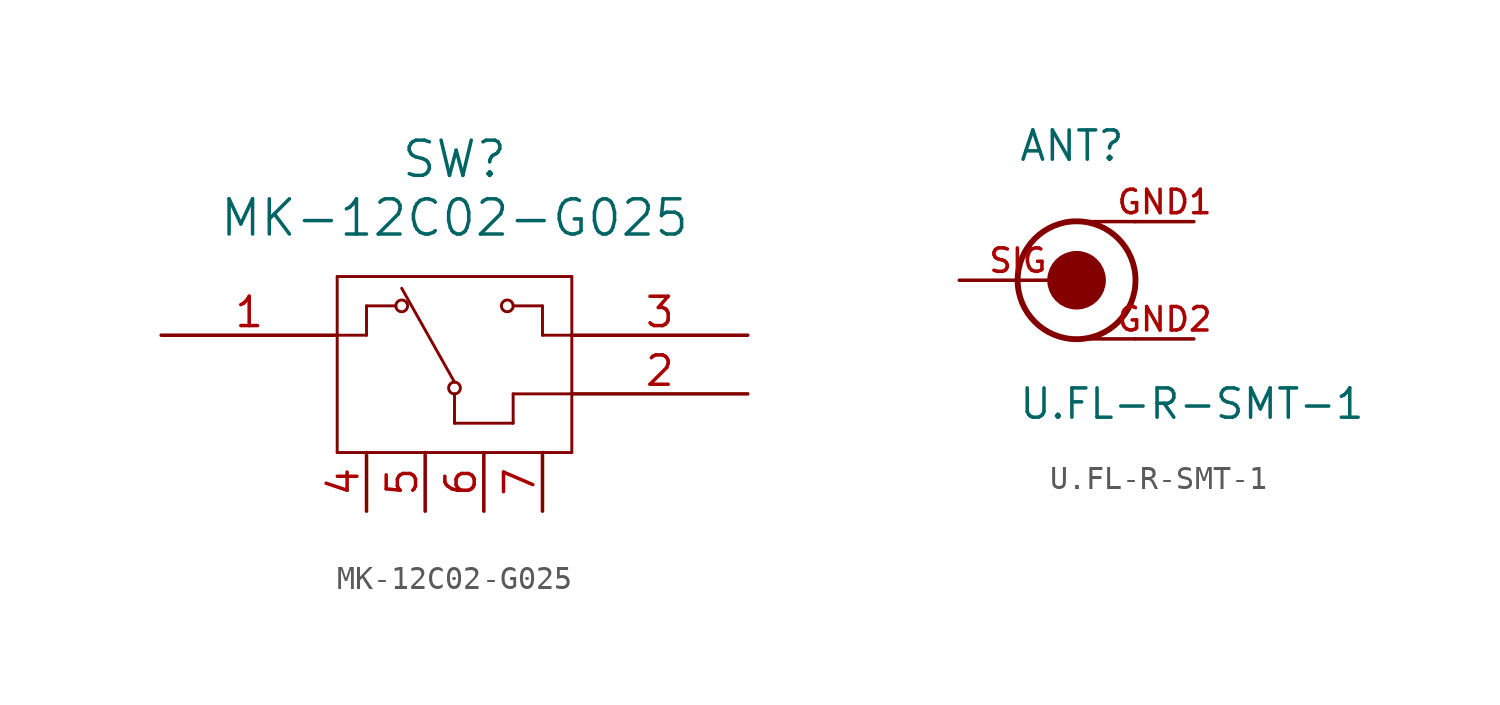
<source format=kicad_sym>
(kicad_symbol_lib
  (version 20220914)
  (generator kicad_symbol_editor)
  (symbol "MK-12C02-G025"
    (pin_names
      (offset 0.254))
    (property "Reference" "SW"
      (at 12.7 7.62 0)
      (effects (font (size 1.524 1.524))))
    (property "Value" "MK-12C02-G025"
      (at 12.7 5.08 0)
      (effects (font (size 1.524 1.524))))
    (symbol "MK-12C02-G025_0_1"
      (polyline (pts (xy 7.62 -5.08) (xy 17.78 -5.08)) (stroke (width 0.127) (type default)) (fill (type none)))
      (polyline (pts (xy 7.62 0) (xy 8.89 0)) (stroke (width 0.127) (type default)) (fill (type none)))
      (polyline (pts (xy 7.62 2.54) (xy 7.62 -5.08)) (stroke (width 0.127) (type default)) (fill (type none)))
      (polyline (pts (xy 8.89 0) (xy 8.89 1.27)) (stroke (width 0.127) (type default)) (fill (type none)))
      (polyline (pts (xy 8.89 1.27) (xy 10.16 1.27)) (stroke (width 0.127) (type default)) (fill (type none)))
      (polyline (pts (xy 12.7 -3.81) (xy 12.7 -2.54)) (stroke (width 0.127) (type default)) (fill (type none)))
      (polyline (pts (xy 12.7 -2.032) (xy 10.414 2.032)) (stroke (width 0.127) (type default)) (fill (type none)))
      (polyline (pts (xy 15.24 -3.81) (xy 12.7 -3.81)) (stroke (width 0.127) (type default)) (fill (type none)))
      (polyline (pts (xy 15.24 -2.54) (xy 15.24 -3.81)) (stroke (width 0.127) (type default)) (fill (type none)))
      (polyline (pts (xy 15.24 1.27) (xy 16.51 1.27)) (stroke (width 0.127) (type default)) (fill (type none)))
      (polyline (pts (xy 16.51 0) (xy 17.78 0)) (stroke (width 0.127) (type default)) (fill (type none)))
      (polyline (pts (xy 16.51 1.27) (xy 16.51 0)) (stroke (width 0.127) (type default)) (fill (type none)))
      (polyline (pts (xy 17.78 -5.08) (xy 17.78 2.54)) (stroke (width 0.127) (type default)) (fill (type none)))
      (polyline (pts (xy 17.78 -2.54) (xy 15.24 -2.54)) (stroke (width 0.127) (type default)) (fill (type none)))
      (polyline (pts (xy 17.78 2.54) (xy 7.62 2.54)) (stroke (width 0.127) (type default)) (fill (type none)))
      (circle (center 10.414 1.27) (radius 0.254) (stroke (width 0.127) (type default)) (fill (type none)))
      (circle (center 12.7 -2.286) (radius 0.254) (stroke (width 0.127) (type default)) (fill (type none)))
      (circle (center 14.986 1.27) (radius 0.254) (stroke (width 0.127) (type default)) (fill (type none))))
    (symbol "MK-12C02-G025_1_0"
      (pin passive line (at 0 0 0) (length 7.62) (name "" (effects (font (size 1.27 1.27)))) (number "1" (effects (font (size 1.27 1.27)))))
      (pin passive line (at 25.4 -2.54 180) (length 7.62) (name "" (effects (font (size 1.27 1.27)))) (number "2" (effects (font (size 1.27 1.27)))))
      (pin passive line (at 8.89 -7.62 90) (length 2.54) (name "" (effects (font (size 1.27 1.27)))) (number "4" (effects (font (size 1.27 1.27)))))
      (pin passive line (at 11.43 -7.62 90) (length 2.54) (name "" (effects (font (size 1.27 1.27)))) (number "5" (effects (font (size 1.27 1.27)))))
      (pin passive line (at 13.97 -7.62 90) (length 2.54) (name "" (effects (font (size 1.27 1.27)))) (number "6" (effects (font (size 1.27 1.27)))))
      (pin passive line (at 16.51 -7.62 90) (length 2.54) (name "" (effects (font (size 1.27 1.27)))) (number "7" (effects (font (size 1.27 1.27))))))
    (symbol "MK-12C02-G025_1_1"
      (pin passive line (at 25.4 0 180) (length 7.62) (name "" (effects (font (size 1.27 1.27)))) (number "3" (effects (font (size 1.27 1.27)))))))
  (symbol "U.FL-R-SMT-1"
    (pin_names
      (offset 1.016))
    (property "Reference" "ANT"
      (at -2.54 5.08 0)
      (effects (font (size 1.27 1.27)) (justify left bottom)))
    (property "Value" "U.FL-R-SMT-1"
      (at -2.54 -6.096 0)
      (effects (font (size 1.27 1.27)) (justify left bottom)))
    (symbol "U.FL-R-SMT-1_0_0"
      (polyline (pts (xy 2.54 -2.54) (xy 0.254 -2.54)) (stroke (width 0.152) (type default)) (fill (type none)))
      (polyline (pts (xy 2.54 2.54) (xy 0.254 2.54)) (stroke (width 0.152) (type default)) (fill (type none)))
      (circle (center 0 0) (radius 0.635) (stroke (width 1.27) (type default)) (fill (type none)))
      (circle (center 0 0) (radius 2.553) (stroke (width 0.254) (type default)) (fill (type none)))
      (pin bidirectional line (at 5.08 2.54 180) (length 2.54) (name "~" (effects (font (size 1.016 1.016)))) (number "GND1" (effects (font (size 1.016 1.016)))))
      (pin bidirectional line (at 5.08 -2.54 180) (length 2.54) (name "~" (effects (font (size 1.016 1.016)))) (number "GND2" (effects (font (size 1.016 1.016)))))
      (pin bidirectional line (at -5.08 0 0) (length 5.08) (name "~" (effects (font (size 1.016 1.016)))) (number "SIG" (effects (font (size 1.016 1.016))))))))
</source>
